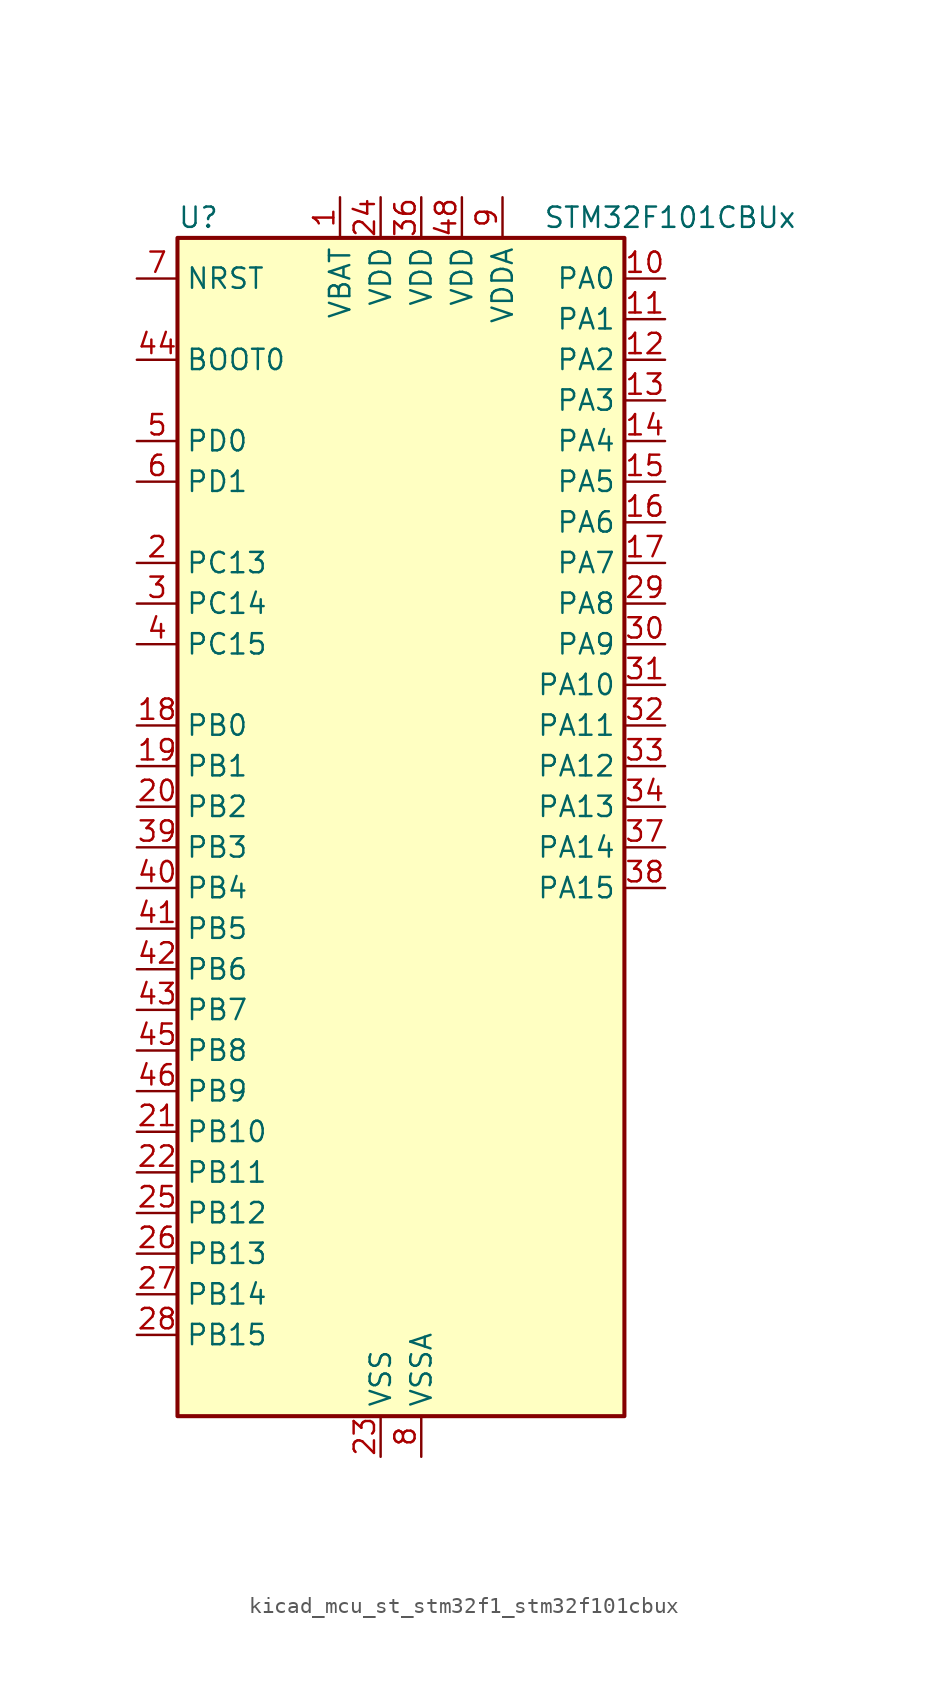
<source format=kicad_sym>
(kicad_symbol_lib
  (version 20220914)
  (generator kicad_symbol_editor)
  (symbol "kicad_mcu_st_stm32f1_stm32f101cbux"
    (property "Reference" "U"
      (at -12.7 39.37 0)
      (effects (font (size 1.27 1.27)) (justify left)))
    (property "Value" "STM32F101CBUx"
      (at 10.16 39.37 0)
      (effects (font (size 1.27 1.27)) (justify left)))
    (property "ki_locked" ""
      (at 0 0 0)
      (effects (font (size 1.27 1.27))))
    (symbol "kicad_mcu_st_stm32f1_stm32f101cbux_0_1"
      (rectangle (start -12.7 -35.56) (end 15.24 38.1) (stroke (width 0.254) (type default)) (fill (type background))))
    (symbol "kicad_mcu_st_stm32f1_stm32f101cbux_1_1"
      (pin power_in line (at -2.54 40.64 270) (length 2.54) (name "VBAT" (effects (font (size 1.27 1.27)))) (number "1" (effects (font (size 1.27 1.27)))))
      (pin bidirectional line (at 17.78 35.56 180) (length 2.54) (name "PA0" (effects (font (size 1.27 1.27)))) (number "10" (effects (font (size 1.27 1.27)))) (alternate "ADC1_IN0" bidirectional line) (alternate "SYS_WKUP" bidirectional line) (alternate "TIM2_CH1" bidirectional line) (alternate "TIM2_ETR" bidirectional line) (alternate "USART2_CTS" bidirectional line))
      (pin bidirectional line (at 17.78 33.02 180) (length 2.54) (name "PA1" (effects (font (size 1.27 1.27)))) (number "11" (effects (font (size 1.27 1.27)))) (alternate "ADC1_IN1" bidirectional line) (alternate "TIM2_CH2" bidirectional line) (alternate "USART2_RTS" bidirectional line))
      (pin bidirectional line (at 17.78 30.48 180) (length 2.54) (name "PA2" (effects (font (size 1.27 1.27)))) (number "12" (effects (font (size 1.27 1.27)))) (alternate "ADC1_IN2" bidirectional line) (alternate "TIM2_CH3" bidirectional line) (alternate "USART2_TX" bidirectional line))
      (pin bidirectional line (at 17.78 27.94 180) (length 2.54) (name "PA3" (effects (font (size 1.27 1.27)))) (number "13" (effects (font (size 1.27 1.27)))) (alternate "ADC1_IN3" bidirectional line) (alternate "TIM2_CH4" bidirectional line) (alternate "USART2_RX" bidirectional line))
      (pin bidirectional line (at 17.78 25.4 180) (length 2.54) (name "PA4" (effects (font (size 1.27 1.27)))) (number "14" (effects (font (size 1.27 1.27)))) (alternate "ADC1_IN4" bidirectional line) (alternate "SPI1_NSS" bidirectional line) (alternate "USART2_CK" bidirectional line))
      (pin bidirectional line (at 17.78 22.86 180) (length 2.54) (name "PA5" (effects (font (size 1.27 1.27)))) (number "15" (effects (font (size 1.27 1.27)))) (alternate "ADC1_IN5" bidirectional line) (alternate "SPI1_SCK" bidirectional line))
      (pin bidirectional line (at 17.78 20.32 180) (length 2.54) (name "PA6" (effects (font (size 1.27 1.27)))) (number "16" (effects (font (size 1.27 1.27)))) (alternate "ADC1_IN6" bidirectional line) (alternate "SPI1_MISO" bidirectional line) (alternate "TIM3_CH1" bidirectional line))
      (pin bidirectional line (at 17.78 17.78 180) (length 2.54) (name "PA7" (effects (font (size 1.27 1.27)))) (number "17" (effects (font (size 1.27 1.27)))) (alternate "ADC1_IN7" bidirectional line) (alternate "SPI1_MOSI" bidirectional line) (alternate "TIM3_CH2" bidirectional line))
      (pin bidirectional line (at -15.24 7.62 0) (length 2.54) (name "PB0" (effects (font (size 1.27 1.27)))) (number "18" (effects (font (size 1.27 1.27)))) (alternate "ADC1_IN8" bidirectional line) (alternate "TIM3_CH3" bidirectional line))
      (pin bidirectional line (at -15.24 5.08 0) (length 2.54) (name "PB1" (effects (font (size 1.27 1.27)))) (number "19" (effects (font (size 1.27 1.27)))) (alternate "ADC1_IN9" bidirectional line) (alternate "TIM3_CH4" bidirectional line))
      (pin bidirectional line (at -15.24 17.78 0) (length 2.54) (name "PC13" (effects (font (size 1.27 1.27)))) (number "2" (effects (font (size 1.27 1.27)))) (alternate "RTC_OUT" bidirectional line) (alternate "RTC_TAMPER" bidirectional line))
      (pin bidirectional line (at -15.24 2.54 0) (length 2.54) (name "PB2" (effects (font (size 1.27 1.27)))) (number "20" (effects (font (size 1.27 1.27)))))
      (pin bidirectional line (at -15.24 -17.78 0) (length 2.54) (name "PB10" (effects (font (size 1.27 1.27)))) (number "21" (effects (font (size 1.27 1.27)))) (alternate "I2C2_SCL" bidirectional line) (alternate "TIM2_CH3" bidirectional line) (alternate "USART3_TX" bidirectional line))
      (pin bidirectional line (at -15.24 -20.32 0) (length 2.54) (name "PB11" (effects (font (size 1.27 1.27)))) (number "22" (effects (font (size 1.27 1.27)))) (alternate "ADC1_EXTI11" bidirectional line) (alternate "I2C2_SDA" bidirectional line) (alternate "TIM2_CH4" bidirectional line) (alternate "USART3_RX" bidirectional line))
      (pin power_in line (at 0 -38.1 90) (length 2.54) (name "VSS" (effects (font (size 1.27 1.27)))) (number "23" (effects (font (size 1.27 1.27)))))
      (pin power_in line (at 0 40.64 270) (length 2.54) (name "VDD" (effects (font (size 1.27 1.27)))) (number "24" (effects (font (size 1.27 1.27)))))
      (pin bidirectional line (at -15.24 -22.86 0) (length 2.54) (name "PB12" (effects (font (size 1.27 1.27)))) (number "25" (effects (font (size 1.27 1.27)))) (alternate "I2C2_SMBA" bidirectional line) (alternate "SPI2_NSS" bidirectional line) (alternate "USART3_CK" bidirectional line))
      (pin bidirectional line (at -15.24 -25.4 0) (length 2.54) (name "PB13" (effects (font (size 1.27 1.27)))) (number "26" (effects (font (size 1.27 1.27)))) (alternate "SPI2_SCK" bidirectional line) (alternate "USART3_CTS" bidirectional line))
      (pin bidirectional line (at -15.24 -27.94 0) (length 2.54) (name "PB14" (effects (font (size 1.27 1.27)))) (number "27" (effects (font (size 1.27 1.27)))) (alternate "SPI2_MISO" bidirectional line) (alternate "USART3_RTS" bidirectional line))
      (pin bidirectional line (at -15.24 -30.48 0) (length 2.54) (name "PB15" (effects (font (size 1.27 1.27)))) (number "28" (effects (font (size 1.27 1.27)))) (alternate "ADC1_EXTI15" bidirectional line) (alternate "SPI2_MOSI" bidirectional line))
      (pin bidirectional line (at 17.78 15.24 180) (length 2.54) (name "PA8" (effects (font (size 1.27 1.27)))) (number "29" (effects (font (size 1.27 1.27)))) (alternate "RCC_MCO" bidirectional line) (alternate "USART1_CK" bidirectional line))
      (pin bidirectional line (at -15.24 15.24 0) (length 2.54) (name "PC14" (effects (font (size 1.27 1.27)))) (number "3" (effects (font (size 1.27 1.27)))) (alternate "RCC_OSC32_IN" bidirectional line))
      (pin bidirectional line (at 17.78 12.7 180) (length 2.54) (name "PA9" (effects (font (size 1.27 1.27)))) (number "30" (effects (font (size 1.27 1.27)))) (alternate "USART1_TX" bidirectional line))
      (pin bidirectional line (at 17.78 10.16 180) (length 2.54) (name "PA10" (effects (font (size 1.27 1.27)))) (number "31" (effects (font (size 1.27 1.27)))) (alternate "USART1_RX" bidirectional line))
      (pin bidirectional line (at 17.78 7.62 180) (length 2.54) (name "PA11" (effects (font (size 1.27 1.27)))) (number "32" (effects (font (size 1.27 1.27)))) (alternate "ADC1_EXTI11" bidirectional line) (alternate "USART1_CTS" bidirectional line))
      (pin bidirectional line (at 17.78 5.08 180) (length 2.54) (name "PA12" (effects (font (size 1.27 1.27)))) (number "33" (effects (font (size 1.27 1.27)))) (alternate "USART1_RTS" bidirectional line))
      (pin bidirectional line (at 17.78 2.54 180) (length 2.54) (name "PA13" (effects (font (size 1.27 1.27)))) (number "34" (effects (font (size 1.27 1.27)))) (alternate "SYS_JTMS-SWDIO" bidirectional line))
      (pin passive line (at 0 -38.1 90) (length 2.54) hide (name "VSS" (effects (font (size 1.27 1.27)))) (number "35" (effects (font (size 1.27 1.27)))))
      (pin power_in line (at 2.54 40.64 270) (length 2.54) (name "VDD" (effects (font (size 1.27 1.27)))) (number "36" (effects (font (size 1.27 1.27)))))
      (pin bidirectional line (at 17.78 0 180) (length 2.54) (name "PA14" (effects (font (size 1.27 1.27)))) (number "37" (effects (font (size 1.27 1.27)))) (alternate "SYS_JTCK-SWCLK" bidirectional line))
      (pin bidirectional line (at 17.78 -2.54 180) (length 2.54) (name "PA15" (effects (font (size 1.27 1.27)))) (number "38" (effects (font (size 1.27 1.27)))) (alternate "ADC1_EXTI15" bidirectional line) (alternate "SPI1_NSS" bidirectional line) (alternate "SYS_JTDI" bidirectional line) (alternate "TIM2_CH1" bidirectional line) (alternate "TIM2_ETR" bidirectional line))
      (pin bidirectional line (at -15.24 0 0) (length 2.54) (name "PB3" (effects (font (size 1.27 1.27)))) (number "39" (effects (font (size 1.27 1.27)))) (alternate "SPI1_SCK" bidirectional line) (alternate "SYS_JTDO-TRACESWO" bidirectional line) (alternate "TIM2_CH2" bidirectional line))
      (pin bidirectional line (at -15.24 12.7 0) (length 2.54) (name "PC15" (effects (font (size 1.27 1.27)))) (number "4" (effects (font (size 1.27 1.27)))) (alternate "ADC1_EXTI15" bidirectional line) (alternate "RCC_OSC32_OUT" bidirectional line))
      (pin bidirectional line (at -15.24 -2.54 0) (length 2.54) (name "PB4" (effects (font (size 1.27 1.27)))) (number "40" (effects (font (size 1.27 1.27)))) (alternate "SPI1_MISO" bidirectional line) (alternate "SYS_NJTRST" bidirectional line) (alternate "TIM3_CH1" bidirectional line))
      (pin bidirectional line (at -15.24 -5.08 0) (length 2.54) (name "PB5" (effects (font (size 1.27 1.27)))) (number "41" (effects (font (size 1.27 1.27)))) (alternate "I2C1_SMBA" bidirectional line) (alternate "SPI1_MOSI" bidirectional line) (alternate "TIM3_CH2" bidirectional line))
      (pin bidirectional line (at -15.24 -7.62 0) (length 2.54) (name "PB6" (effects (font (size 1.27 1.27)))) (number "42" (effects (font (size 1.27 1.27)))) (alternate "I2C1_SCL" bidirectional line) (alternate "TIM4_CH1" bidirectional line) (alternate "USART1_TX" bidirectional line))
      (pin bidirectional line (at -15.24 -10.16 0) (length 2.54) (name "PB7" (effects (font (size 1.27 1.27)))) (number "43" (effects (font (size 1.27 1.27)))) (alternate "I2C1_SDA" bidirectional line) (alternate "TIM4_CH2" bidirectional line) (alternate "USART1_RX" bidirectional line))
      (pin input line (at -15.24 30.48 0) (length 2.54) (name "BOOT0" (effects (font (size 1.27 1.27)))) (number "44" (effects (font (size 1.27 1.27)))))
      (pin bidirectional line (at -15.24 -12.7 0) (length 2.54) (name "PB8" (effects (font (size 1.27 1.27)))) (number "45" (effects (font (size 1.27 1.27)))) (alternate "I2C1_SCL" bidirectional line) (alternate "TIM4_CH3" bidirectional line))
      (pin bidirectional line (at -15.24 -15.24 0) (length 2.54) (name "PB9" (effects (font (size 1.27 1.27)))) (number "46" (effects (font (size 1.27 1.27)))) (alternate "I2C1_SDA" bidirectional line) (alternate "TIM4_CH4" bidirectional line))
      (pin passive line (at 0 -38.1 90) (length 2.54) hide (name "VSS" (effects (font (size 1.27 1.27)))) (number "47" (effects (font (size 1.27 1.27)))))
      (pin power_in line (at 5.08 40.64 270) (length 2.54) (name "VDD" (effects (font (size 1.27 1.27)))) (number "48" (effects (font (size 1.27 1.27)))))
      (pin passive line (at 0 -38.1 90) (length 2.54) hide (name "VSS" (effects (font (size 1.27 1.27)))) (number "49" (effects (font (size 1.27 1.27)))))
      (pin bidirectional line (at -15.24 25.4 0) (length 2.54) (name "PD0" (effects (font (size 1.27 1.27)))) (number "5" (effects (font (size 1.27 1.27)))) (alternate "RCC_OSC_IN" bidirectional line))
      (pin bidirectional line (at -15.24 22.86 0) (length 2.54) (name "PD1" (effects (font (size 1.27 1.27)))) (number "6" (effects (font (size 1.27 1.27)))) (alternate "RCC_OSC_OUT" bidirectional line))
      (pin input line (at -15.24 35.56 0) (length 2.54) (name "NRST" (effects (font (size 1.27 1.27)))) (number "7" (effects (font (size 1.27 1.27)))))
      (pin power_in line (at 2.54 -38.1 90) (length 2.54) (name "VSSA" (effects (font (size 1.27 1.27)))) (number "8" (effects (font (size 1.27 1.27)))))
      (pin power_in line (at 7.62 40.64 270) (length 2.54) (name "VDDA" (effects (font (size 1.27 1.27)))) (number "9" (effects (font (size 1.27 1.27))))))))
</source>
